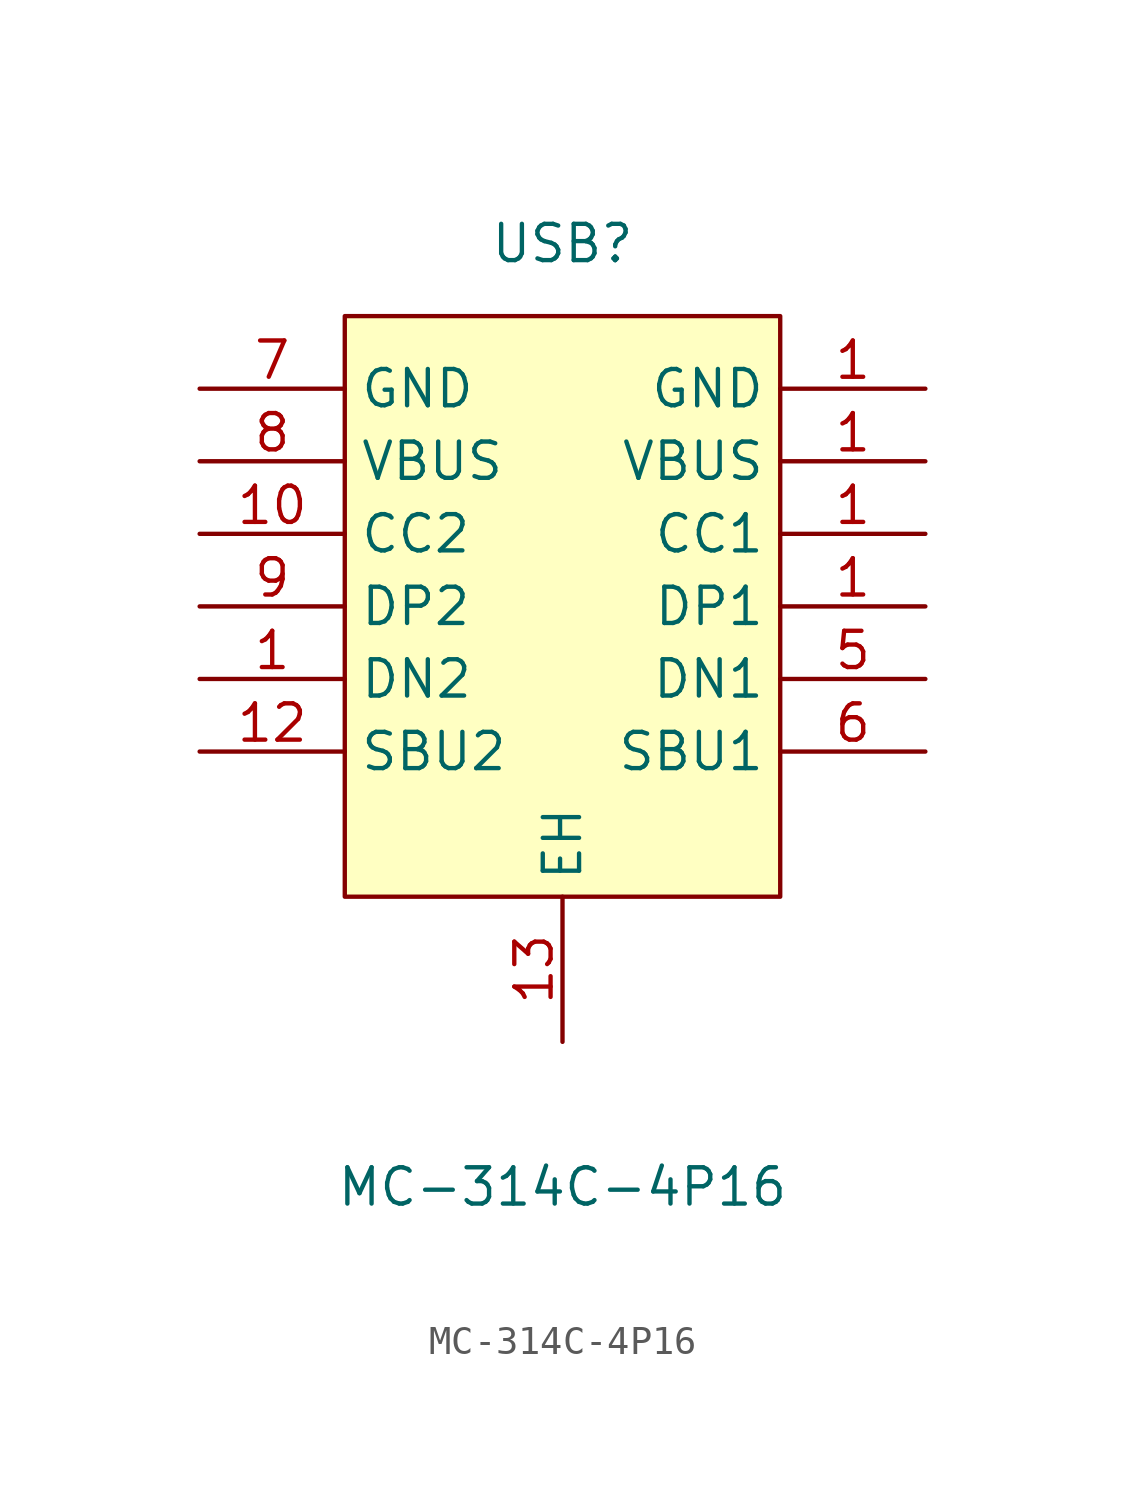
<source format=kicad_sym>
(kicad_symbol_lib
  (version 20211014)
  (generator https://github.com/uPesy/easyeda2kicad.py)
  (symbol "MC-314C-4P16"
    (property "Reference" "USB"
      (at 0 12.70 0)
      (effects (font (size 1.27 1.27))))
    (property "Value" "MC-314C-4P16"
      (at 0 -20.32 0)
      (effects (font (size 1.27 1.27))))
    (symbol "MC-314C-4P16_0_1"
      (rectangle (start -7.62 10.16) (end 7.62 -10.16) (stroke (width 0) (type default) (color 0 0 0 0)) (fill (type background)))
      (pin unspecified line (at 0.00 -15.24 90) (length 5.08) (name "EH" (effects (font (size 1.27 1.27)))) (number "13" (effects (font (size 1.27 1.27)))))
      (pin unspecified line (at -12.70 -5.08 0) (length 5.08) (name "SBU2" (effects (font (size 1.27 1.27)))) (number "12" (effects (font (size 1.27 1.27)))))
      (pin unspecified line (at -12.70 -2.54 0) (length 5.08) (name "DN2" (effects (font (size 1.27 1.27)))) (number "1" (effects (font (size 1.27 1.27)))))
      (pin unspecified line (at -12.70 2.54 0) (length 5.08) (name "CC2" (effects (font (size 1.27 1.27)))) (number "10" (effects (font (size 1.27 1.27)))))
      (pin unspecified line (at -12.70 -0.00 0) (length 5.08) (name "DP2" (effects (font (size 1.27 1.27)))) (number "9" (effects (font (size 1.27 1.27)))))
      (pin unspecified line (at -12.70 5.08 0) (length 5.08) (name "VBUS" (effects (font (size 1.27 1.27)))) (number "8" (effects (font (size 1.27 1.27)))))
      (pin unspecified line (at -12.70 7.62 0) (length 5.08) (name "GND" (effects (font (size 1.27 1.27)))) (number "7" (effects (font (size 1.27 1.27)))))
      (pin unspecified line (at 12.70 -5.08 180) (length 5.08) (name "SBU1" (effects (font (size 1.27 1.27)))) (number "6" (effects (font (size 1.27 1.27)))))
      (pin unspecified line (at 12.70 -2.54 180) (length 5.08) (name "DN1" (effects (font (size 1.27 1.27)))) (number "5" (effects (font (size 1.27 1.27)))))
      (pin unspecified line (at 12.70 -0.00 180) (length 5.08) (name "DP1" (effects (font (size 1.27 1.27)))) (number "1" (effects (font (size 1.27 1.27)))))
      (pin unspecified line (at 12.70 2.54 180) (length 5.08) (name "CC1" (effects (font (size 1.27 1.27)))) (number "1" (effects (font (size 1.27 1.27)))))
      (pin unspecified line (at 12.70 5.08 180) (length 5.08) (name "VBUS" (effects (font (size 1.27 1.27)))) (number "1" (effects (font (size 1.27 1.27)))))
      (pin unspecified line (at 12.70 7.62 180) (length 5.08) (name "GND" (effects (font (size 1.27 1.27)))) (number "1" (effects (font (size 1.27 1.27))))))))
</source>
